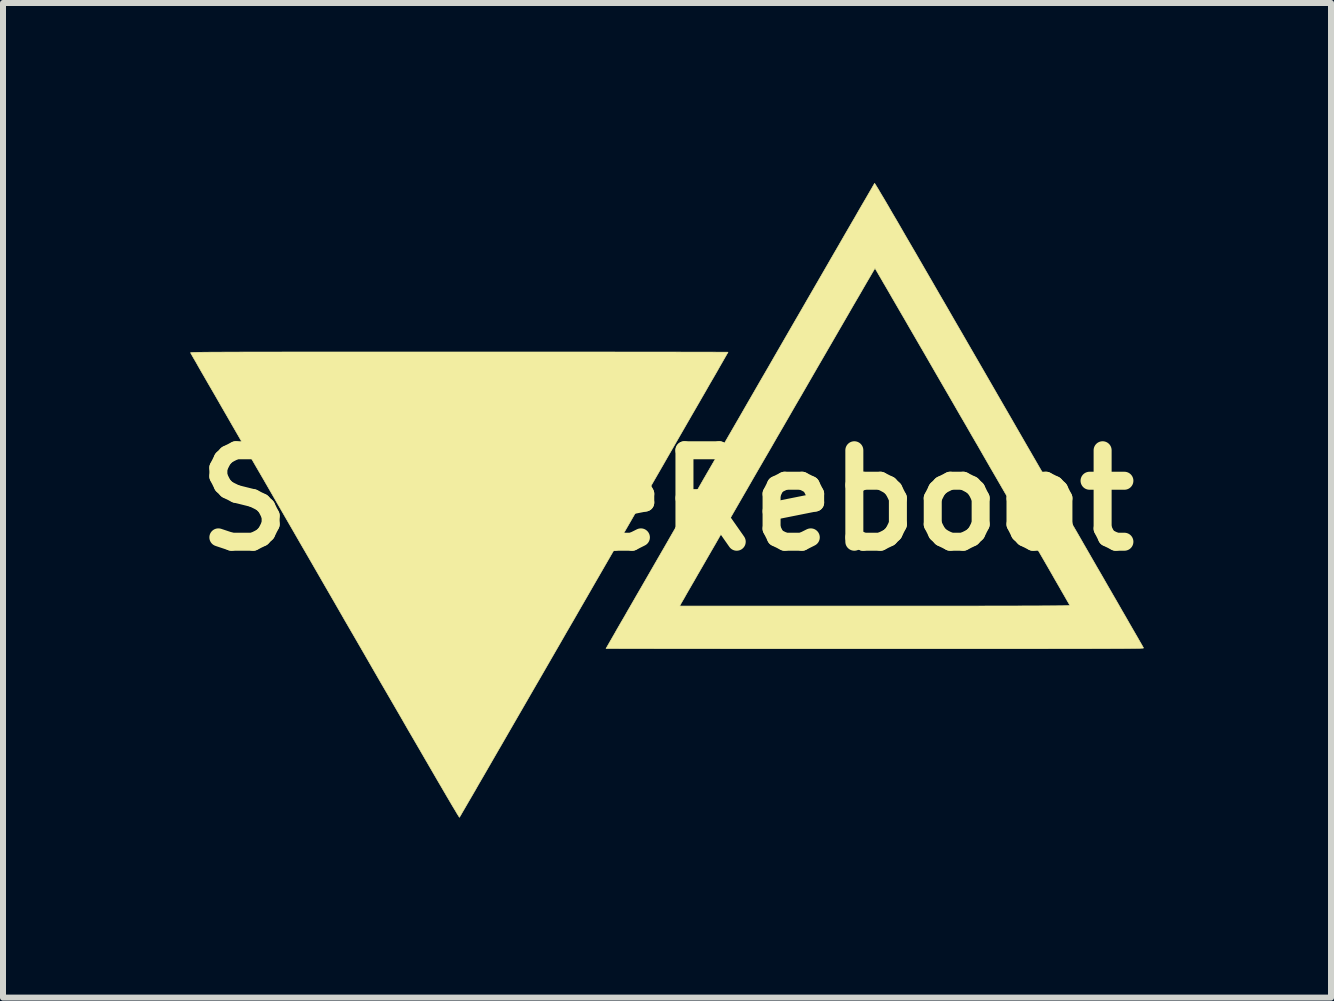
<source format=kicad_pcb>
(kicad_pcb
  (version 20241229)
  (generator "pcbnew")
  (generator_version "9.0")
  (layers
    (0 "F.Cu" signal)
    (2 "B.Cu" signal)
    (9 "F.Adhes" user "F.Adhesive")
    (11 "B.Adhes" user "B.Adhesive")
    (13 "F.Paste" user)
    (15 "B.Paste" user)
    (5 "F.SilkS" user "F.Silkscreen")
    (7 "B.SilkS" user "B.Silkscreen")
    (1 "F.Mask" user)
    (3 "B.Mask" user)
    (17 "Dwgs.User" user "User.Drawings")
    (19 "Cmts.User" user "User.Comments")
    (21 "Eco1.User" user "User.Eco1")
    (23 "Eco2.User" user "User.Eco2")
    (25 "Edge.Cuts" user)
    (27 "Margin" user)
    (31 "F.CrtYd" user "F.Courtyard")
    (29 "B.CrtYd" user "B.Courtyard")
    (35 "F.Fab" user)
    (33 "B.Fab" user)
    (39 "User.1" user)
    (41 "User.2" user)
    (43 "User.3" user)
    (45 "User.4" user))
  (footprint "SalaneReboot"
    (layer "F.Cu")
    (at 8.063 5.286)
    (property "Reference" "SalaneReboot" (at 0 0 0) (layer "F.SilkS") (effects (font (size 1.524 1.524) (thickness 0.3))))
    (attr through_hole)
    (fp_poly (pts (xy -3.189 -2.472) (xy -2.919 -2.472) (xy -2.653 -2.472) (xy -2.393 -2.472) (xy -2.138 -2.472) (xy -1.89 -2.472) (xy -1.648 -2.472) (xy -1.414 -2.472) (xy -1.187 -2.472) (xy -0.968 -2.472) (xy -0.759 -2.471) (xy -0.558 -2.471) (xy -0.367 -2.471) (xy -0.186 -2.471) (xy -0.016 -2.471) (xy 0.143 -2.471) (xy 0.291 -2.47) (xy 0.426 -2.47) (xy 0.548 -2.47) (xy 0.658 -2.47) (xy 0.754 -2.47) (xy 0.836 -2.469) (xy 0.903 -2.469) (xy 0.955 -2.469) (xy 0.991 -2.469) (xy 1.012 -2.468) (xy 1.016 -2.468) (xy 1.012 -2.461) (xy 0.999 -2.439) (xy 0.979 -2.404) (xy 0.951 -2.355) (xy 0.916 -2.294) (xy 0.874 -2.221) (xy 0.826 -2.136) (xy 0.771 -2.041) (xy 0.709 -1.935) (xy 0.643 -1.819) (xy 0.57 -1.693) (xy 0.493 -1.559) (xy 0.41 -1.416) (xy 0.323 -1.265) (xy 0.232 -1.107) (xy 0.137 -0.942) (xy 0.038 -0.771) (xy -0.064 -0.593) (xy -0.169 -0.411) (xy -0.277 -0.224) (xy -0.387 -0.033) (xy -0.5 0.162) (xy -0.614 0.361) (xy -0.73 0.562) (xy -0.848 0.765) (xy -0.966 0.969) (xy -1.085 1.175) (xy -1.204 1.381) (xy -1.323 1.588) (xy -1.442 1.794) (xy -1.56 1.999) (xy -1.678 2.202) (xy -1.794 2.404) (xy -1.909 2.603) (xy -2.022 2.799) (xy -2.133 2.991) (xy -2.242 3.179) (xy -2.348 3.363) (xy -2.451 3.541) (xy -2.551 3.714) (xy -2.647 3.88) (xy -2.739 4.04) (xy -2.828 4.193) (xy -2.911 4.337) (xy -2.99 4.474) (xy -3.064 4.602) (xy -3.133 4.72) (xy -3.195 4.829) (xy -3.252 4.927) (xy -3.303 5.014) (xy -3.347 5.09) (xy -3.384 5.154) (xy -3.414 5.205) (xy -3.436 5.244) (xy -3.451 5.269) (xy -3.457 5.28) (xy -3.458 5.281) (xy -3.461 5.278) (xy -3.468 5.267) (xy -3.48 5.248) (xy -3.497 5.221) (xy -3.518 5.185) (xy -3.545 5.14) (xy -3.577 5.087) (xy -3.614 5.024) (xy -3.657 4.951) (xy -3.705 4.869) (xy -3.759 4.776) (xy -3.819 4.674) (xy -3.885 4.56) (xy -3.957 4.436) (xy -4.036 4.3) (xy -4.121 4.153) (xy -4.213 3.995) (xy -4.312 3.825) (xy -4.417 3.642) (xy -4.53 3.447) (xy -4.65 3.24) (xy -4.778 3.02) (xy -4.913 2.786) (xy -5.055 2.539) (xy -5.206 2.278) (xy -5.365 2.004) (xy -5.531 1.715) (xy -5.7 1.423) (xy -5.837 1.185) (xy -5.972 0.951) (xy -6.105 0.722) (xy -6.235 0.496) (xy -6.362 0.276) (xy -6.486 0.061) (xy -6.607 -0.149) (xy -6.724 -0.352) (xy -6.838 -0.548) (xy -6.947 -0.737) (xy -7.052 -0.919) (xy -7.152 -1.093) (xy -7.248 -1.259) (xy -7.338 -1.416) (xy -7.423 -1.563) (xy -7.502 -1.701) (xy -7.576 -1.829) (xy -7.644 -1.946) (xy -7.705 -2.052) (xy -7.76 -2.147) (xy -7.808 -2.231) (xy -7.848 -2.302) (xy -7.882 -2.36) (xy -7.908 -2.405) (xy -7.926 -2.437) (xy -7.936 -2.455) (xy -7.938 -2.459) (xy -7.938 -2.46) (xy -7.935 -2.461) (xy -7.93 -2.461) (xy -7.922 -2.462) (xy -7.911 -2.463) (xy -7.896 -2.464) (xy -7.876 -2.465) (xy -7.853 -2.465) (xy -7.824 -2.466) (xy -7.79 -2.467) (xy -7.749 -2.467) (xy -7.703 -2.468) (xy -7.65 -2.468) (xy -7.59 -2.469) (xy -7.522 -2.469) (xy -7.446 -2.469) (xy -7.362 -2.47) (xy -7.27 -2.47) (xy -7.168 -2.47) (xy -7.056 -2.471) (xy -6.934 -2.471) (xy -6.802 -2.471) (xy -6.659 -2.471) (xy -6.505 -2.471) (xy -6.339 -2.472) (xy -6.161 -2.472) (xy -5.97 -2.472) (xy -5.767 -2.472) (xy -5.55 -2.472) (xy -5.319 -2.472) (xy -5.074 -2.472) (xy -4.814 -2.472) (xy -4.539 -2.472) (xy -4.249 -2.472) (xy -3.943 -2.472) (xy -3.621 -2.472) (xy -3.464 -2.472) (xy -3.189 -2.472)) (stroke (width 0.01) (type solid)) (fill yes) (layer "F.SilkS"))
    (fp_poly (pts (xy 3.461 -5.278) (xy 3.468 -5.267) (xy 3.48 -5.248) (xy 3.497 -5.22) (xy 3.519 -5.185) (xy 3.545 -5.14) (xy 3.577 -5.086) (xy 3.615 -5.023) (xy 3.658 -4.95) (xy 3.706 -4.867) (xy 3.76 -4.774) (xy 3.821 -4.671) (xy 3.887 -4.557) (xy 3.959 -4.432) (xy 4.038 -4.296) (xy 4.124 -4.149) (xy 4.216 -3.99) (xy 4.315 -3.819) (xy 4.421 -3.636) (xy 4.534 -3.44) (xy 4.655 -3.232) (xy 4.782 -3.011) (xy 4.918 -2.777) (xy 5.061 -2.529) (xy 5.212 -2.268) (xy 5.371 -1.993) (xy 5.538 -1.703) (xy 5.7 -1.423) (xy 5.837 -1.185) (xy 5.972 -0.951) (xy 6.105 -0.721) (xy 6.235 -0.496) (xy 6.362 -0.275) (xy 6.486 -0.06) (xy 6.607 0.149) (xy 6.724 0.352) (xy 6.838 0.548) (xy 6.947 0.738) (xy 7.052 0.92) (xy 7.152 1.094) (xy 7.248 1.259) (xy 7.338 1.416) (xy 7.423 1.563) (xy 7.503 1.701) (xy 7.576 1.829) (xy 7.644 1.946) (xy 7.705 2.053) (xy 7.76 2.148) (xy 7.808 2.231) (xy 7.849 2.302) (xy 7.882 2.36) (xy 7.908 2.405) (xy 7.926 2.437) (xy 7.936 2.455) (xy 7.938 2.459) (xy 7.938 2.46) (xy 7.935 2.461) (xy 7.929 2.462) (xy 7.921 2.463) (xy 7.909 2.463) (xy 7.893 2.464) (xy 7.872 2.465) (xy 7.847 2.465) (xy 7.816 2.466) (xy 7.781 2.467) (xy 7.738 2.467) (xy 7.69 2.468) (xy 7.635 2.468) (xy 7.572 2.469) (xy 7.502 2.469) (xy 7.424 2.469) (xy 7.337 2.47) (xy 7.241 2.47) (xy 7.136 2.47) (xy 7.021 2.471) (xy 6.896 2.471) (xy 6.76 2.471) (xy 6.613 2.471) (xy 6.455 2.471) (xy 6.285 2.472) (xy 6.102 2.472) (xy 5.907 2.472) (xy 5.699 2.472) (xy 5.477 2.472) (xy 5.241 2.472) (xy 4.991 2.472) (xy 4.726 2.472) (xy 4.446 2.472) (xy 4.151 2.472) (xy 3.839 2.472) (xy 3.511 2.472) (xy 3.464 2.472) (xy 3.189 2.472) (xy 2.919 2.472) (xy 2.653 2.472) (xy 2.393 2.472) (xy 2.138 2.472) (xy 1.89 2.472) (xy 1.648 2.472) (xy 1.414 2.472) (xy 1.187 2.472) (xy 0.968 2.472) (xy 0.759 2.471) (xy 0.558 2.471) (xy 0.367 2.471) (xy 0.186 2.471) (xy 0.016 2.471) (xy -0.143 2.471) (xy -0.291 2.47) (xy -0.426 2.47) (xy -0.548 2.47) (xy -0.658 2.47) (xy -0.754 2.47) (xy -0.836 2.469) (xy -0.903 2.469) (xy -0.955 2.469) (xy -0.991 2.469) (xy -1.012 2.468) (xy -1.016 2.468) (xy -1.012 2.461) (xy -0.999 2.439) (xy -0.979 2.404) (xy -0.951 2.355) (xy -0.916 2.294) (xy -0.874 2.221) (xy -0.826 2.136) (xy -0.771 2.041) (xy -0.709 1.935) (xy -0.643 1.819) (xy -0.609 1.761) (xy 0.211 1.761) (xy 3.464 1.761) (xy 3.752 1.761) (xy 4.024 1.761) (xy 4.28 1.761) (xy 4.52 1.761) (xy 4.745 1.761) (xy 4.956 1.761) (xy 5.151 1.761) (xy 5.333 1.76) (xy 5.502 1.76) (xy 5.657 1.76) (xy 5.8 1.76) (xy 5.93 1.759) (xy 6.049 1.759) (xy 6.156 1.759) (xy 6.253 1.758) (xy 6.338 1.758) (xy 6.414 1.757) (xy 6.48 1.757) (xy 6.537 1.756) (xy 6.585 1.756) (xy 6.624 1.755) (xy 6.656 1.754) (xy 6.68 1.753) (xy 6.697 1.753) (xy 6.707 1.752) (xy 6.712 1.751) (xy 6.712 1.75) (xy 6.707 1.742) (xy 6.694 1.719) (xy 6.673 1.683) (xy 6.645 1.634) (xy 6.61 1.573) (xy 6.568 1.5) (xy 6.52 1.416) (xy 6.466 1.323) (xy 6.407 1.219) (xy 6.342 1.106) (xy 6.272 0.985) (xy 6.197 0.856) (xy 6.119 0.72) (xy 6.036 0.577) (xy 5.95 0.428) (xy 5.861 0.274) (xy 5.769 0.114) (xy 5.675 -0.049) (xy 5.578 -0.216) (xy 5.48 -0.386) (xy 5.38 -0.558) (xy 5.28 -0.732) (xy 5.179 -0.908) (xy 5.077 -1.083) (xy 4.976 -1.259) (xy 4.874 -1.434) (xy 4.774 -1.608) (xy 4.675 -1.779) (xy 4.577 -1.948) (xy 4.481 -2.114) (xy 4.387 -2.277) (xy 4.296 -2.435) (xy 4.207 -2.588) (xy 4.122 -2.735) (xy 4.04 -2.876) (xy 3.963 -3.01) (xy 3.889 -3.137) (xy 3.82 -3.256) (xy 3.756 -3.366) (xy 3.698 -3.467) (xy 3.645 -3.558) (xy 3.598 -3.638) (xy 3.558 -3.708) (xy 3.524 -3.765) (xy 3.498 -3.811) (xy 3.479 -3.843) (xy 3.468 -3.862) (xy 3.465 -3.867) (xy 3.46 -3.86) (xy 3.448 -3.839) (xy 3.427 -3.804) (xy 3.4 -3.757) (xy 3.365 -3.697) (xy 3.323 -3.626) (xy 3.275 -3.543) (xy 3.222 -3.451) (xy 3.162 -3.348) (xy 3.097 -3.237) (xy 3.028 -3.117) (xy 2.954 -2.989) (xy 2.875 -2.853) (xy 2.793 -2.711) (xy 2.707 -2.563) (xy 2.618 -2.409) (xy 2.526 -2.251) (xy 2.432 -2.088) (xy 2.336 -1.922) (xy 2.238 -1.752) (xy 2.138 -1.581) (xy 2.038 -1.407) (xy 1.937 -1.232) (xy 1.835 -1.057) (xy 1.734 -0.881) (xy 1.633 -0.707) (xy 1.532 -0.533) (xy 1.433 -0.362) (xy 1.336 -0.193) (xy 1.24 -0.027) (xy 1.146 0.136) (xy 1.055 0.294) (xy 0.966 0.447) (xy 0.881 0.594) (xy 0.8 0.736) (xy 0.722 0.87) (xy 0.649 0.997) (xy 0.58 1.117) (xy 0.516 1.227) (xy 0.458 1.329) (xy 0.405 1.42) (xy 0.358 1.501) (xy 0.318 1.571) (xy 0.285 1.63) (xy 0.258 1.676) (xy 0.239 1.709) (xy 0.228 1.728) (xy 0.226 1.732) (xy 0.211 1.761) (xy -0.609 1.761) (xy -0.57 1.693) (xy -0.493 1.559) (xy -0.41 1.416) (xy -0.323 1.265) (xy -0.232 1.107) (xy -0.137 0.942) (xy -0.038 0.771) (xy 0.064 0.593) (xy 0.169 0.411) (xy 0.277 0.224) (xy 0.387 0.033) (xy 0.5 -0.162) (xy 0.614 -0.361) (xy 0.73 -0.561) (xy 0.848 -0.765) (xy 0.966 -0.969) (xy 1.085 -1.175) (xy 1.204 -1.381) (xy 1.323 -1.588) (xy 1.442 -1.794) (xy 1.56 -1.999) (xy 1.678 -2.202) (xy 1.794 -2.404) (xy 1.909 -2.603) (xy 2.022 -2.799) (xy 2.133 -2.991) (xy 2.242 -3.179) (xy 2.348 -3.363) (xy 2.451 -3.541) (xy 2.551 -3.714) (xy 2.647 -3.88) (xy 2.739 -4.04) (xy 2.828 -4.193) (xy 2.911 -4.337) (xy 2.99 -4.474) (xy 3.064 -4.602) (xy 3.133 -4.72) (xy 3.195 -4.829) (xy 3.252 -4.927) (xy 3.303 -5.014) (xy 3.347 -5.09) (xy 3.384 -5.154) (xy 3.414 -5.205) (xy 3.436 -5.244) (xy 3.451 -5.269) (xy 3.457 -5.28) (xy 3.458 -5.281) (xy 3.461 -5.278)) (stroke (width 0.01) (type solid)) (fill yes) (layer "F.SilkS")))
  (gr_rect
    (start -3 -3)
    (end 19.125 13.571)
    (stroke (width 0.1) (type default))
    (fill no)
    (layer "Edge.Cuts")))
</source>
